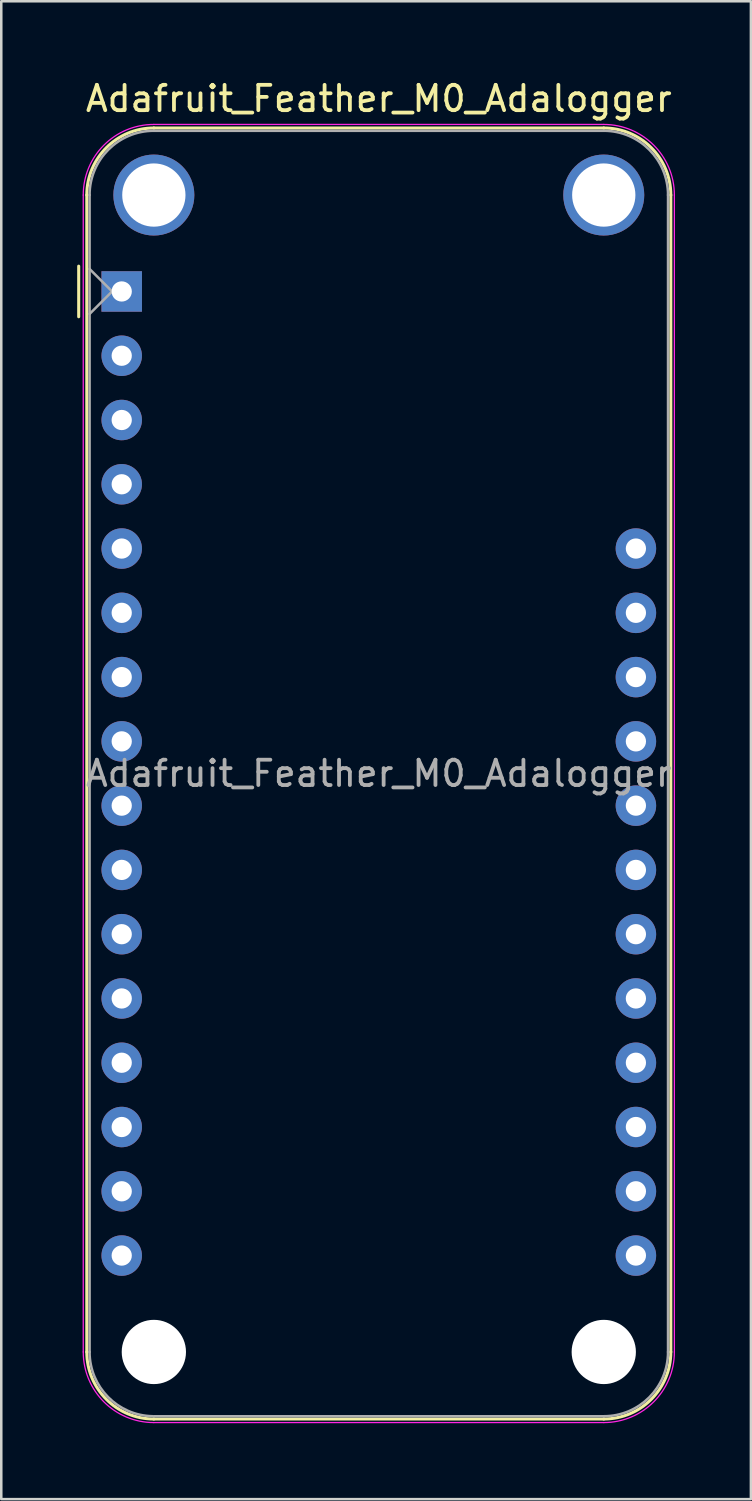
<source format=kicad_pcb>
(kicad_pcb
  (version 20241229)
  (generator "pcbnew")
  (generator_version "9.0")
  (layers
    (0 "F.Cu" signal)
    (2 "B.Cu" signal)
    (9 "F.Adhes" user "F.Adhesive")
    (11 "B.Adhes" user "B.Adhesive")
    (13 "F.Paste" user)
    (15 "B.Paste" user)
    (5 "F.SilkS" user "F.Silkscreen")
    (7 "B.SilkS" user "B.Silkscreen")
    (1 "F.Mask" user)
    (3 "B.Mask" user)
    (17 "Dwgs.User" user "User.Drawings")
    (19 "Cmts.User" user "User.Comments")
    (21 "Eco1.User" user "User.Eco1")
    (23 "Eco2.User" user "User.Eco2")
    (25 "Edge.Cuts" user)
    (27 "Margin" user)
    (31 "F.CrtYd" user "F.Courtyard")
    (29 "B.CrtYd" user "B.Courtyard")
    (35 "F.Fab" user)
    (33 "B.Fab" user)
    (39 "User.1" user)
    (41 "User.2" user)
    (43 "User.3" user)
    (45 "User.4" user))
  (footprint "Adafruit_Feather_M0_Adalogger"
    (layer "F.Cu")
    (at 1.76 8.468)
    (property "Reference" "Adafruit_Feather_M0_Adalogger" (at 10.16 -7.62 0) (layer "F.SilkS") (effects (font (size 1 1) (thickness 0.15))))
    (attr through_hole)
    (fp_line (start -1.7 1) (end -1.7 -1) (stroke (width 0.12) (type solid)) (layer "F.SilkS"))
    (fp_line (start -1.38 -3.81) (end -1.38 41.91) (stroke (width 0.12) (type solid)) (layer "F.SilkS"))
    (fp_line (start 19.05 -6.46) (end 1.27 -6.46) (stroke (width 0.12) (type solid)) (layer "F.SilkS"))
    (fp_line (start 19.05 44.56) (end 1.27 44.56) (stroke (width 0.12) (type solid)) (layer "F.SilkS"))
    (fp_line (start 21.7 -3.81) (end 21.7 41.91) (stroke (width 0.12) (type solid)) (layer "F.SilkS"))
    (fp_arc (start -1.38 -3.81) (mid -0.603833 -5.683833) (end 1.27 -6.46) (stroke (width 0.12) (type solid)) (layer "F.SilkS"))
    (fp_arc (start 1.27 44.56) (mid -0.603833 43.783833) (end -1.38 41.91) (stroke (width 0.12) (type solid)) (layer "F.SilkS"))
    (fp_arc (start 19.05 -6.46) (mid 20.923833 -5.683833) (end 21.7 -3.81) (stroke (width 0.12) (type solid)) (layer "F.SilkS"))
    (fp_arc (start 21.7 41.91) (mid 20.923833 43.783833) (end 19.05 44.56) (stroke (width 0.12) (type solid)) (layer "F.SilkS"))
    (fp_line (start -1.52 41.91) (end -1.52 -3.81) (stroke (width 0.05) (type solid)) (layer "F.CrtYd"))
    (fp_line (start 19.05 -6.6) (end 1.27 -6.6) (stroke (width 0.05) (type solid)) (layer "F.CrtYd"))
    (fp_line (start 19.05 44.7) (end 1.27 44.7) (stroke (width 0.05) (type solid)) (layer "F.CrtYd"))
    (fp_line (start 21.84 41.91) (end 21.84 -3.81) (stroke (width 0.05) (type solid)) (layer "F.CrtYd"))
    (fp_arc (start -1.52 -3.81) (mid -0.702828 -5.782828) (end 1.27 -6.6) (stroke (width 0.05) (type solid)) (layer "F.CrtYd"))
    (fp_arc (start 1.27 44.7) (mid -0.702828 43.882828) (end -1.52 41.91) (stroke (width 0.05) (type solid)) (layer "F.CrtYd"))
    (fp_arc (start 19.05 -6.6) (mid 21.022828 -5.782828) (end 21.84 -3.81) (stroke (width 0.05) (type solid)) (layer "F.CrtYd"))
    (fp_arc (start 21.84 41.91) (mid 21.022828 43.882828) (end 19.05 44.7) (stroke (width 0.05) (type solid)) (layer "F.CrtYd"))
    (fp_line (start -1.27 -3.81) (end -1.27 41.91) (stroke (width 0.1) (type solid)) (layer "F.Fab"))
    (fp_line (start -1.27 -0.889) (end -0.381 0) (stroke (width 0.1) (type solid)) (layer "F.Fab"))
    (fp_line (start -0.381 0) (end -1.27 0.889) (stroke (width 0.1) (type solid)) (layer "F.Fab"))
    (fp_line (start 1.27 44.45) (end 19.05 44.45) (stroke (width 0.1) (type solid)) (layer "F.Fab"))
    (fp_line (start 19.05 -6.35) (end 1.27 -6.35) (stroke (width 0.1) (type solid)) (layer "F.Fab"))
    (fp_line (start 21.59 41.91) (end 21.59 -3.81) (stroke (width 0.1) (type solid)) (layer "F.Fab"))
    (fp_arc (start -1.27 -3.81) (mid -0.526051 -5.606051) (end 1.27 -6.35) (stroke (width 0.1) (type solid)) (layer "F.Fab"))
    (fp_arc (start 1.221238 44.449532) (mid -0.543209 43.688728) (end -1.27 41.91) (stroke (width 0.1) (type solid)) (layer "F.Fab"))
    (fp_arc (start 19.05 -6.35) (mid 20.846051 -5.606051) (end 21.59 -3.81) (stroke (width 0.1) (type solid)) (layer "F.Fab"))
    (fp_arc (start 21.59 41.91) (mid 20.846051 43.706051) (end 19.05 44.45) (stroke (width 0.1) (type solid)) (layer "F.Fab"))
    (fp_text user "${REFERENCE}" (at 10.16 19.05 180) (layer "F.Fab") (effects (font (size 1 1) (thickness 0.15))))
    (pad "" np_thru_hole circle (at 1.27 -3.81 270) (size 3.2 3.2) (drill 2.5) (layers "*.Cu" "*.Mask"))
    (pad "" np_thru_hole circle (at 1.27 41.91 270) (size 2.54 2.54) (drill 2.54) (layers "*.Cu" "*.Mask"))
    (pad "" np_thru_hole circle (at 19.05 -3.81 270) (size 3.2 3.2) (drill 2.5) (layers "*.Cu" "*.Mask"))
    (pad "" np_thru_hole circle (at 19.05 41.91 270) (size 2.54 2.54) (drill 2.54) (layers "*.Cu" "*.Mask"))
    (pad "1" thru_hole rect (at 0 0 180) (size 1.6 1.6) (drill 0.8) (layers "*.Cu" "F.Mask"))
    (pad "2" thru_hole circle (at 0 2.54 180) (size 1.6 1.6) (drill 0.8) (layers "*.Cu" "F.Mask"))
    (pad "3" thru_hole circle (at 0 5.08 180) (size 1.6 1.6) (drill 0.8) (layers "*.Cu" "F.Mask"))
    (pad "4" thru_hole circle (at 0 7.62 180) (size 1.6 1.6) (drill 0.8) (layers "*.Cu" "F.Mask"))
    (pad "5" thru_hole circle (at 0 10.16 180) (size 1.6 1.6) (drill 0.8) (layers "*.Cu" "F.Mask"))
    (pad "6" thru_hole circle (at 0 12.7 180) (size 1.6 1.6) (drill 0.8) (layers "*.Cu" "F.Mask"))
    (pad "7" thru_hole circle (at 0 15.24 180) (size 1.6 1.6) (drill 0.8) (layers "*.Cu" "F.Mask"))
    (pad "8" thru_hole circle (at 0 17.78 180) (size 1.6 1.6) (drill 0.8) (layers "*.Cu" "F.Mask"))
    (pad "9" thru_hole circle (at 0 20.32 180) (size 1.6 1.6) (drill 0.8) (layers "*.Cu" "F.Mask"))
    (pad "10" thru_hole circle (at 0 22.86 180) (size 1.6 1.6) (drill 0.8) (layers "*.Cu" "F.Mask"))
    (pad "11" thru_hole circle (at 0 25.4 180) (size 1.6 1.6) (drill 0.8) (layers "*.Cu" "F.Mask"))
    (pad "12" thru_hole circle (at 0 27.94 180) (size 1.6 1.6) (drill 0.8) (layers "*.Cu" "F.Mask"))
    (pad "13" thru_hole circle (at 0 30.48 180) (size 1.6 1.6) (drill 0.8) (layers "*.Cu" "F.Mask"))
    (pad "14" thru_hole circle (at 0 33.02 180) (size 1.6 1.6) (drill 0.8) (layers "*.Cu" "F.Mask"))
    (pad "15" thru_hole circle (at 0 35.56 180) (size 1.6 1.6) (drill 0.8) (layers "*.Cu" "F.Mask"))
    (pad "16" thru_hole circle (at 0 38.1 180) (size 1.6 1.6) (drill 0.8) (layers "*.Cu" "F.Mask"))
    (pad "17" thru_hole circle (at 20.32 38.1 180) (size 1.6 1.6) (drill 0.8) (layers "*.Cu" "F.Mask"))
    (pad "18" thru_hole circle (at 20.32 35.56 180) (size 1.6 1.6) (drill 0.8) (layers "*.Cu" "F.Mask"))
    (pad "19" thru_hole circle (at 20.32 33.02 180) (size 1.6 1.6) (drill 0.8) (layers "*.Cu" "F.Mask"))
    (pad "20" thru_hole circle (at 20.32 30.48 180) (size 1.6 1.6) (drill 0.8) (layers "*.Cu" "F.Mask"))
    (pad "21" thru_hole circle (at 20.32 27.94 180) (size 1.6 1.6) (drill 0.8) (layers "*.Cu" "F.Mask"))
    (pad "22" thru_hole circle (at 20.32 25.4 180) (size 1.6 1.6) (drill 0.8) (layers "*.Cu" "F.Mask"))
    (pad "23" thru_hole circle (at 20.32 22.86 180) (size 1.6 1.6) (drill 0.8) (layers "*.Cu" "F.Mask"))
    (pad "24" thru_hole circle (at 20.32 20.32 180) (size 1.6 1.6) (drill 0.8) (layers "*.Cu" "F.Mask"))
    (pad "25" thru_hole circle (at 20.32 17.78 180) (size 1.6 1.6) (drill 0.8) (layers "*.Cu" "F.Mask"))
    (pad "26" thru_hole circle (at 20.32 15.24 180) (size 1.6 1.6) (drill 0.8) (layers "*.Cu" "F.Mask"))
    (pad "27" thru_hole circle (at 20.32 12.7 180) (size 1.6 1.6) (drill 0.8) (layers "*.Cu" "F.Mask"))
    (pad "28" thru_hole circle (at 20.32 10.16 180) (size 1.6 1.6) (drill 0.8) (layers "*.Cu" "F.Mask")))
  (gr_rect
    (start -3 -3)
    (end 26.625 56.193)
    (stroke (width 0.1) (type default))
    (fill no)
    (layer "Edge.Cuts")))
</source>
